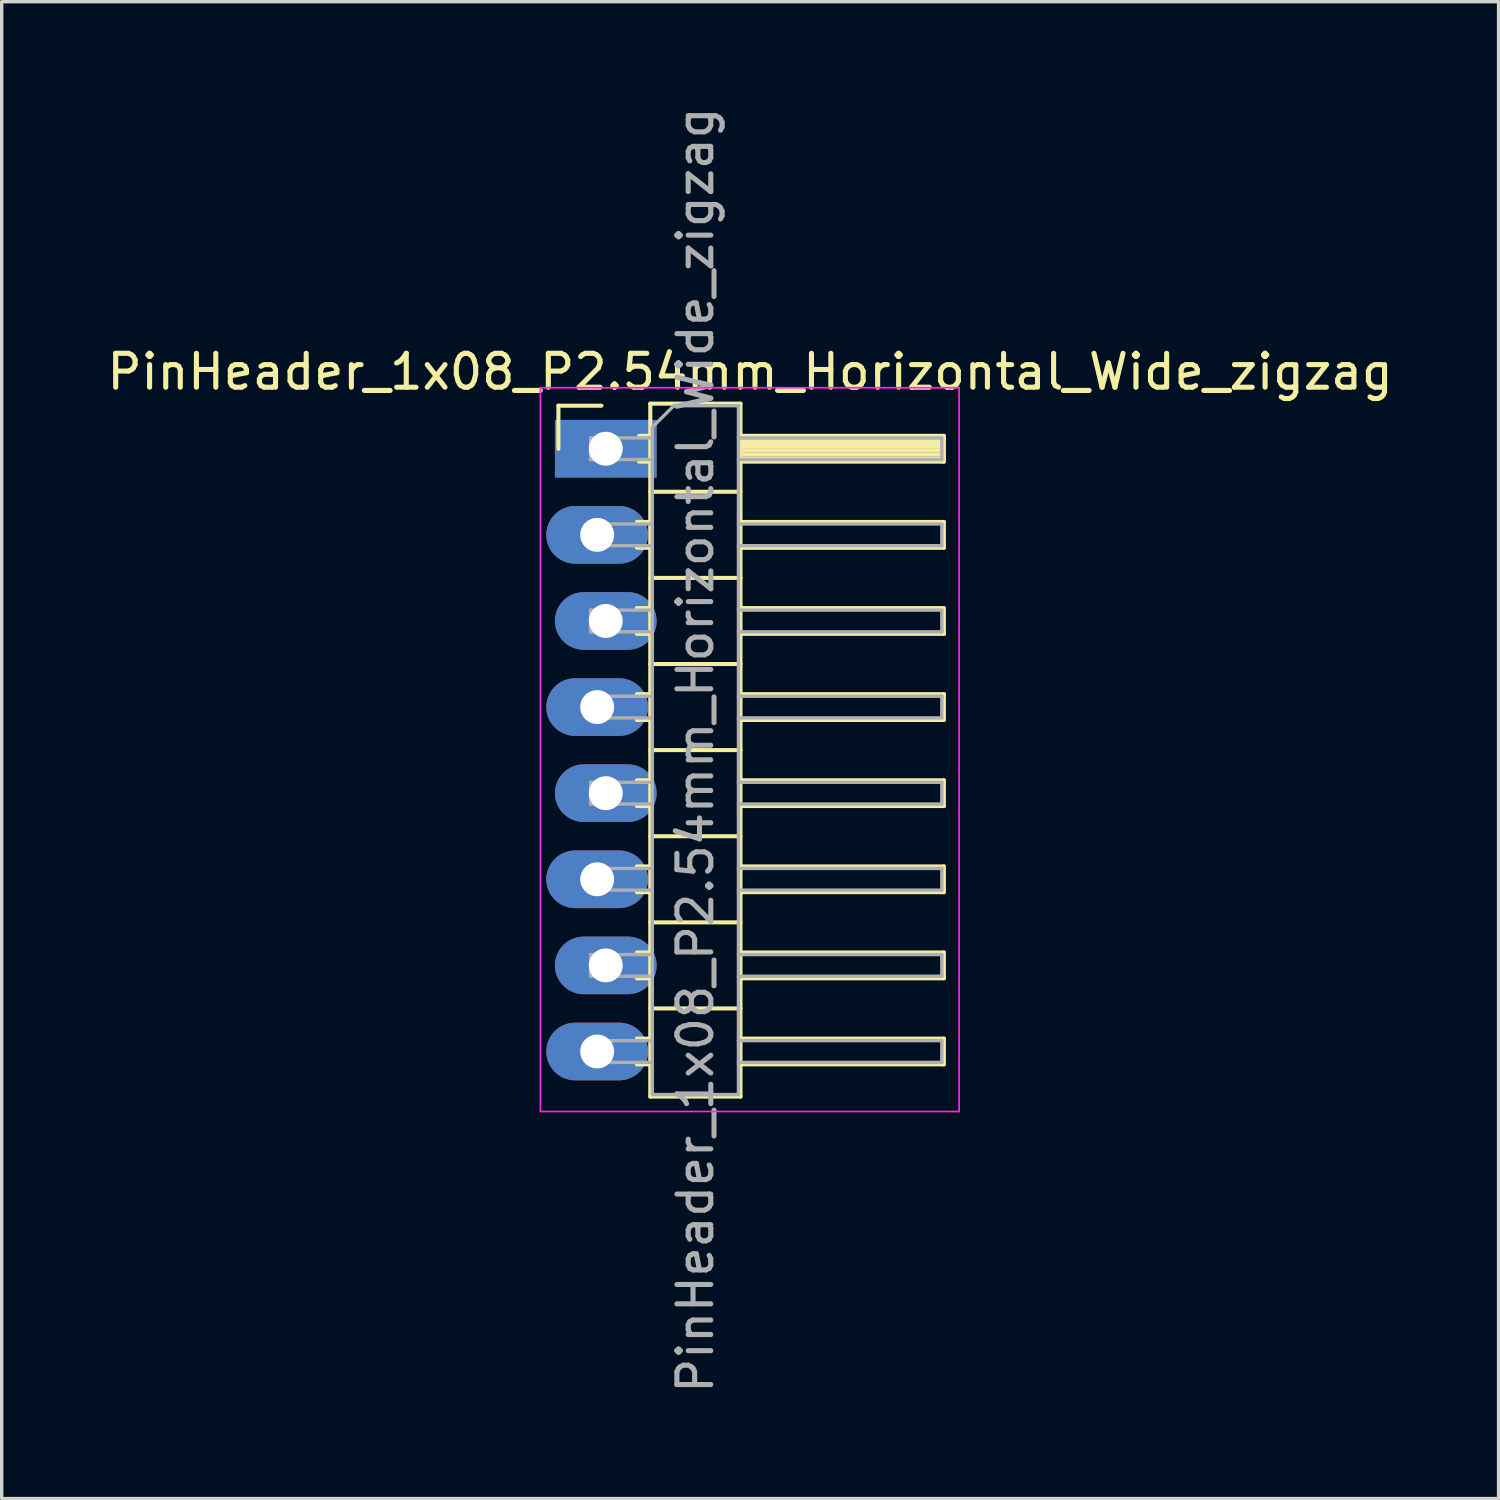
<source format=kicad_pcb>
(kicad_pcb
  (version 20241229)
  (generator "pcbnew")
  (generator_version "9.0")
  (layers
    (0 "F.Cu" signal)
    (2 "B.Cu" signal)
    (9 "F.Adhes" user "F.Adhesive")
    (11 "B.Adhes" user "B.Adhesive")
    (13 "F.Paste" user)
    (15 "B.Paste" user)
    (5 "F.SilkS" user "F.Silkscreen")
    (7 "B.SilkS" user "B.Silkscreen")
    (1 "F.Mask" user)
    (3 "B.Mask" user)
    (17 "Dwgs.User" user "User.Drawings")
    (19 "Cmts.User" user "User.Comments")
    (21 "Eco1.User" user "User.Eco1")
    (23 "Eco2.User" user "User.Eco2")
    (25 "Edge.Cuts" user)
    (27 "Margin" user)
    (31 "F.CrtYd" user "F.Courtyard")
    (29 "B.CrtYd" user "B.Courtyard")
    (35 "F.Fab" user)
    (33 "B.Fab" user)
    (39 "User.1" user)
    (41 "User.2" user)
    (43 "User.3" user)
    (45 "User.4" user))
  (footprint "PinHeader_1x08_P2.54mm_Horizontal_Wide_zigzag"
    (layer "F.Cu")
    (at 14.692 10.187)
    (property "Reference" "PinHeader_1x08_P2.54mm_Horizontal_Wide_zigzag" (at 4.385 -2.27 0) (layer "F.SilkS") (effects (font (size 1 1) (thickness 0.15))))
    (attr through_hole)
    (fp_line (start -1.27 -1.27) (end 0 -1.27) (stroke (width 0.12) (type solid)) (layer "F.SilkS"))
    (fp_line (start -1.27 0) (end -1.27 -1.27) (stroke (width 0.12) (type solid)) (layer "F.SilkS"))
    (fp_line (start 1.043 2.16) (end 1.44 2.16) (stroke (width 0.12) (type solid)) (layer "F.SilkS"))
    (fp_line (start 1.043 2.92) (end 1.44 2.92) (stroke (width 0.12) (type solid)) (layer "F.SilkS"))
    (fp_line (start 1.043 4.7) (end 1.44 4.7) (stroke (width 0.12) (type solid)) (layer "F.SilkS"))
    (fp_line (start 1.043 5.46) (end 1.44 5.46) (stroke (width 0.12) (type solid)) (layer "F.SilkS"))
    (fp_line (start 1.043 7.24) (end 1.44 7.24) (stroke (width 0.12) (type solid)) (layer "F.SilkS"))
    (fp_line (start 1.043 8) (end 1.44 8) (stroke (width 0.12) (type solid)) (layer "F.SilkS"))
    (fp_line (start 1.043 9.78) (end 1.44 9.78) (stroke (width 0.12) (type solid)) (layer "F.SilkS"))
    (fp_line (start 1.043 10.54) (end 1.44 10.54) (stroke (width 0.12) (type solid)) (layer "F.SilkS"))
    (fp_line (start 1.043 12.32) (end 1.44 12.32) (stroke (width 0.12) (type solid)) (layer "F.SilkS"))
    (fp_line (start 1.043 13.08) (end 1.44 13.08) (stroke (width 0.12) (type solid)) (layer "F.SilkS"))
    (fp_line (start 1.043 14.86) (end 1.44 14.86) (stroke (width 0.12) (type solid)) (layer "F.SilkS"))
    (fp_line (start 1.043 15.62) (end 1.44 15.62) (stroke (width 0.12) (type solid)) (layer "F.SilkS"))
    (fp_line (start 1.043 17.4) (end 1.44 17.4) (stroke (width 0.12) (type solid)) (layer "F.SilkS"))
    (fp_line (start 1.043 18.16) (end 1.44 18.16) (stroke (width 0.12) (type solid)) (layer "F.SilkS"))
    (fp_line (start 1.11 -0.38) (end 1.44 -0.38) (stroke (width 0.12) (type solid)) (layer "F.SilkS"))
    (fp_line (start 1.11 0.38) (end 1.44 0.38) (stroke (width 0.12) (type solid)) (layer "F.SilkS"))
    (fp_line (start 1.44 -1.33) (end 1.44 19.11) (stroke (width 0.12) (type solid)) (layer "F.SilkS"))
    (fp_line (start 1.44 1.27) (end 4.1 1.27) (stroke (width 0.12) (type solid)) (layer "F.SilkS"))
    (fp_line (start 1.44 3.81) (end 4.1 3.81) (stroke (width 0.12) (type solid)) (layer "F.SilkS"))
    (fp_line (start 1.44 6.35) (end 4.1 6.35) (stroke (width 0.12) (type solid)) (layer "F.SilkS"))
    (fp_line (start 1.44 8.89) (end 4.1 8.89) (stroke (width 0.12) (type solid)) (layer "F.SilkS"))
    (fp_line (start 1.44 11.43) (end 4.1 11.43) (stroke (width 0.12) (type solid)) (layer "F.SilkS"))
    (fp_line (start 1.44 13.97) (end 4.1 13.97) (stroke (width 0.12) (type solid)) (layer "F.SilkS"))
    (fp_line (start 1.44 16.51) (end 4.1 16.51) (stroke (width 0.12) (type solid)) (layer "F.SilkS"))
    (fp_line (start 1.44 19.11) (end 4.1 19.11) (stroke (width 0.12) (type solid)) (layer "F.SilkS"))
    (fp_line (start 4.1 -1.33) (end 1.44 -1.33) (stroke (width 0.12) (type solid)) (layer "F.SilkS"))
    (fp_line (start 4.1 -0.38) (end 10.1 -0.38) (stroke (width 0.12) (type solid)) (layer "F.SilkS"))
    (fp_line (start 4.1 -0.32) (end 10.1 -0.32) (stroke (width 0.12) (type solid)) (layer "F.SilkS"))
    (fp_line (start 4.1 -0.2) (end 10.1 -0.2) (stroke (width 0.12) (type solid)) (layer "F.SilkS"))
    (fp_line (start 4.1 -0.08) (end 10.1 -0.08) (stroke (width 0.12) (type solid)) (layer "F.SilkS"))
    (fp_line (start 4.1 0.04) (end 10.1 0.04) (stroke (width 0.12) (type solid)) (layer "F.SilkS"))
    (fp_line (start 4.1 0.16) (end 10.1 0.16) (stroke (width 0.12) (type solid)) (layer "F.SilkS"))
    (fp_line (start 4.1 0.28) (end 10.1 0.28) (stroke (width 0.12) (type solid)) (layer "F.SilkS"))
    (fp_line (start 4.1 2.16) (end 10.1 2.16) (stroke (width 0.12) (type solid)) (layer "F.SilkS"))
    (fp_line (start 4.1 4.7) (end 10.1 4.7) (stroke (width 0.12) (type solid)) (layer "F.SilkS"))
    (fp_line (start 4.1 7.24) (end 10.1 7.24) (stroke (width 0.12) (type solid)) (layer "F.SilkS"))
    (fp_line (start 4.1 9.78) (end 10.1 9.78) (stroke (width 0.12) (type solid)) (layer "F.SilkS"))
    (fp_line (start 4.1 12.32) (end 10.1 12.32) (stroke (width 0.12) (type solid)) (layer "F.SilkS"))
    (fp_line (start 4.1 14.86) (end 10.1 14.86) (stroke (width 0.12) (type solid)) (layer "F.SilkS"))
    (fp_line (start 4.1 17.4) (end 10.1 17.4) (stroke (width 0.12) (type solid)) (layer "F.SilkS"))
    (fp_line (start 4.1 19.11) (end 4.1 -1.33) (stroke (width 0.12) (type solid)) (layer "F.SilkS"))
    (fp_line (start 10.1 -0.38) (end 10.1 0.38) (stroke (width 0.12) (type solid)) (layer "F.SilkS"))
    (fp_line (start 10.1 0.38) (end 4.1 0.38) (stroke (width 0.12) (type solid)) (layer "F.SilkS"))
    (fp_line (start 10.1 2.16) (end 10.1 2.92) (stroke (width 0.12) (type solid)) (layer "F.SilkS"))
    (fp_line (start 10.1 2.92) (end 4.1 2.92) (stroke (width 0.12) (type solid)) (layer "F.SilkS"))
    (fp_line (start 10.1 4.7) (end 10.1 5.46) (stroke (width 0.12) (type solid)) (layer "F.SilkS"))
    (fp_line (start 10.1 5.46) (end 4.1 5.46) (stroke (width 0.12) (type solid)) (layer "F.SilkS"))
    (fp_line (start 10.1 7.24) (end 10.1 8) (stroke (width 0.12) (type solid)) (layer "F.SilkS"))
    (fp_line (start 10.1 8) (end 4.1 8) (stroke (width 0.12) (type solid)) (layer "F.SilkS"))
    (fp_line (start 10.1 9.78) (end 10.1 10.54) (stroke (width 0.12) (type solid)) (layer "F.SilkS"))
    (fp_line (start 10.1 10.54) (end 4.1 10.54) (stroke (width 0.12) (type solid)) (layer "F.SilkS"))
    (fp_line (start 10.1 12.32) (end 10.1 13.08) (stroke (width 0.12) (type solid)) (layer "F.SilkS"))
    (fp_line (start 10.1 13.08) (end 4.1 13.08) (stroke (width 0.12) (type solid)) (layer "F.SilkS"))
    (fp_line (start 10.1 14.86) (end 10.1 15.62) (stroke (width 0.12) (type solid)) (layer "F.SilkS"))
    (fp_line (start 10.1 15.62) (end 4.1 15.62) (stroke (width 0.12) (type solid)) (layer "F.SilkS"))
    (fp_line (start 10.1 17.4) (end 10.1 18.16) (stroke (width 0.12) (type solid)) (layer "F.SilkS"))
    (fp_line (start 10.1 18.16) (end 4.1 18.16) (stroke (width 0.12) (type solid)) (layer "F.SilkS"))
    (fp_line (start -1.8 -1.8) (end -1.8 19.55) (stroke (width 0.05) (type solid)) (layer "F.CrtYd"))
    (fp_line (start -1.8 19.55) (end 10.55 19.55) (stroke (width 0.05) (type solid)) (layer "F.CrtYd"))
    (fp_line (start 10.55 -1.8) (end -1.8 -1.8) (stroke (width 0.05) (type solid)) (layer "F.CrtYd"))
    (fp_line (start 10.55 19.55) (end 10.55 -1.8) (stroke (width 0.05) (type solid)) (layer "F.CrtYd"))
    (fp_line (start -0.32 -0.32) (end -0.32 0.32) (stroke (width 0.1) (type solid)) (layer "F.Fab"))
    (fp_line (start -0.32 -0.32) (end 1.5 -0.32) (stroke (width 0.1) (type solid)) (layer "F.Fab"))
    (fp_line (start -0.32 0.32) (end 1.5 0.32) (stroke (width 0.1) (type solid)) (layer "F.Fab"))
    (fp_line (start -0.32 2.22) (end -0.32 2.86) (stroke (width 0.1) (type solid)) (layer "F.Fab"))
    (fp_line (start -0.32 2.22) (end 1.5 2.22) (stroke (width 0.1) (type solid)) (layer "F.Fab"))
    (fp_line (start -0.32 2.86) (end 1.5 2.86) (stroke (width 0.1) (type solid)) (layer "F.Fab"))
    (fp_line (start -0.32 4.76) (end -0.32 5.4) (stroke (width 0.1) (type solid)) (layer "F.Fab"))
    (fp_line (start -0.32 4.76) (end 1.5 4.76) (stroke (width 0.1) (type solid)) (layer "F.Fab"))
    (fp_line (start -0.32 5.4) (end 1.5 5.4) (stroke (width 0.1) (type solid)) (layer "F.Fab"))
    (fp_line (start -0.32 7.3) (end -0.32 7.94) (stroke (width 0.1) (type solid)) (layer "F.Fab"))
    (fp_line (start -0.32 7.3) (end 1.5 7.3) (stroke (width 0.1) (type solid)) (layer "F.Fab"))
    (fp_line (start -0.32 7.94) (end 1.5 7.94) (stroke (width 0.1) (type solid)) (layer "F.Fab"))
    (fp_line (start -0.32 9.84) (end -0.32 10.48) (stroke (width 0.1) (type solid)) (layer "F.Fab"))
    (fp_line (start -0.32 9.84) (end 1.5 9.84) (stroke (width 0.1) (type solid)) (layer "F.Fab"))
    (fp_line (start -0.32 10.48) (end 1.5 10.48) (stroke (width 0.1) (type solid)) (layer "F.Fab"))
    (fp_line (start -0.32 12.38) (end -0.32 13.02) (stroke (width 0.1) (type solid)) (layer "F.Fab"))
    (fp_line (start -0.32 12.38) (end 1.5 12.38) (stroke (width 0.1) (type solid)) (layer "F.Fab"))
    (fp_line (start -0.32 13.02) (end 1.5 13.02) (stroke (width 0.1) (type solid)) (layer "F.Fab"))
    (fp_line (start -0.32 14.92) (end -0.32 15.56) (stroke (width 0.1) (type solid)) (layer "F.Fab"))
    (fp_line (start -0.32 14.92) (end 1.5 14.92) (stroke (width 0.1) (type solid)) (layer "F.Fab"))
    (fp_line (start -0.32 15.56) (end 1.5 15.56) (stroke (width 0.1) (type solid)) (layer "F.Fab"))
    (fp_line (start -0.32 17.46) (end -0.32 18.1) (stroke (width 0.1) (type solid)) (layer "F.Fab"))
    (fp_line (start -0.32 17.46) (end 1.5 17.46) (stroke (width 0.1) (type solid)) (layer "F.Fab"))
    (fp_line (start -0.32 18.1) (end 1.5 18.1) (stroke (width 0.1) (type solid)) (layer "F.Fab"))
    (fp_line (start 1.5 -0.635) (end 2.135 -1.27) (stroke (width 0.1) (type solid)) (layer "F.Fab"))
    (fp_line (start 1.5 19.05) (end 1.5 -0.635) (stroke (width 0.1) (type solid)) (layer "F.Fab"))
    (fp_line (start 2.135 -1.27) (end 4.04 -1.27) (stroke (width 0.1) (type solid)) (layer "F.Fab"))
    (fp_line (start 4.04 -1.27) (end 4.04 19.05) (stroke (width 0.1) (type solid)) (layer "F.Fab"))
    (fp_line (start 4.04 -0.32) (end 10.04 -0.32) (stroke (width 0.1) (type solid)) (layer "F.Fab"))
    (fp_line (start 4.04 0.32) (end 10.04 0.32) (stroke (width 0.1) (type solid)) (layer "F.Fab"))
    (fp_line (start 4.04 2.22) (end 10.04 2.22) (stroke (width 0.1) (type solid)) (layer "F.Fab"))
    (fp_line (start 4.04 2.86) (end 10.04 2.86) (stroke (width 0.1) (type solid)) (layer "F.Fab"))
    (fp_line (start 4.04 4.76) (end 10.04 4.76) (stroke (width 0.1) (type solid)) (layer "F.Fab"))
    (fp_line (start 4.04 5.4) (end 10.04 5.4) (stroke (width 0.1) (type solid)) (layer "F.Fab"))
    (fp_line (start 4.04 7.3) (end 10.04 7.3) (stroke (width 0.1) (type solid)) (layer "F.Fab"))
    (fp_line (start 4.04 7.94) (end 10.04 7.94) (stroke (width 0.1) (type solid)) (layer "F.Fab"))
    (fp_line (start 4.04 9.84) (end 10.04 9.84) (stroke (width 0.1) (type solid)) (layer "F.Fab"))
    (fp_line (start 4.04 10.48) (end 10.04 10.48) (stroke (width 0.1) (type solid)) (layer "F.Fab"))
    (fp_line (start 4.04 12.38) (end 10.04 12.38) (stroke (width 0.1) (type solid)) (layer "F.Fab"))
    (fp_line (start 4.04 13.02) (end 10.04 13.02) (stroke (width 0.1) (type solid)) (layer "F.Fab"))
    (fp_line (start 4.04 14.92) (end 10.04 14.92) (stroke (width 0.1) (type solid)) (layer "F.Fab"))
    (fp_line (start 4.04 15.56) (end 10.04 15.56) (stroke (width 0.1) (type solid)) (layer "F.Fab"))
    (fp_line (start 4.04 17.46) (end 10.04 17.46) (stroke (width 0.1) (type solid)) (layer "F.Fab"))
    (fp_line (start 4.04 18.1) (end 10.04 18.1) (stroke (width 0.1) (type solid)) (layer "F.Fab"))
    (fp_line (start 4.04 19.05) (end 1.5 19.05) (stroke (width 0.1) (type solid)) (layer "F.Fab"))
    (fp_line (start 10.04 -0.32) (end 10.04 0.32) (stroke (width 0.1) (type solid)) (layer "F.Fab"))
    (fp_line (start 10.04 2.22) (end 10.04 2.86) (stroke (width 0.1) (type solid)) (layer "F.Fab"))
    (fp_line (start 10.04 4.76) (end 10.04 5.4) (stroke (width 0.1) (type solid)) (layer "F.Fab"))
    (fp_line (start 10.04 7.3) (end 10.04 7.94) (stroke (width 0.1) (type solid)) (layer "F.Fab"))
    (fp_line (start 10.04 9.84) (end 10.04 10.48) (stroke (width 0.1) (type solid)) (layer "F.Fab"))
    (fp_line (start 10.04 12.38) (end 10.04 13.02) (stroke (width 0.1) (type solid)) (layer "F.Fab"))
    (fp_line (start 10.04 14.92) (end 10.04 15.56) (stroke (width 0.1) (type solid)) (layer "F.Fab"))
    (fp_line (start 10.04 17.46) (end 10.04 18.1) (stroke (width 0.1) (type solid)) (layer "F.Fab"))
    (fp_text user "${REFERENCE}" (at 2.77 8.89 90) (layer "F.Fab") (effects (font (size 1 1) (thickness 0.15))))
    (pad "1" thru_hole rect (at 0.127 0) (size 3 1.7) (drill 1) (layers "*.Cu" "*.Mask"))
    (pad "2" thru_hole oval (at -0.127 2.54) (size 3 1.7) (drill 1) (layers "*.Cu" "*.Mask"))
    (pad "3" thru_hole oval (at 0.127 5.08) (size 3 1.7) (drill 1) (layers "*.Cu" "*.Mask"))
    (pad "4" thru_hole oval (at -0.127 7.62) (size 3 1.7) (drill 1) (layers "*.Cu" "*.Mask"))
    (pad "5" thru_hole oval (at 0.127 10.16) (size 3 1.7) (drill 1) (layers "*.Cu" "*.Mask"))
    (pad "6" thru_hole oval (at -0.127 12.7) (size 3 1.7) (drill 1) (layers "*.Cu" "*.Mask"))
    (pad "7" thru_hole oval (at 0.127 15.24) (size 3 1.7) (drill 1) (layers "*.Cu" "*.Mask"))
    (pad "8" thru_hole oval (at -0.127 17.78) (size 3 1.7) (drill 1) (layers "*.Cu" "*.Mask")))
  (gr_rect
    (start -3 -3)
    (end 41.155 41.155)
    (stroke (width 0.1) (type default))
    (fill no)
    (layer "Edge.Cuts")))
</source>
